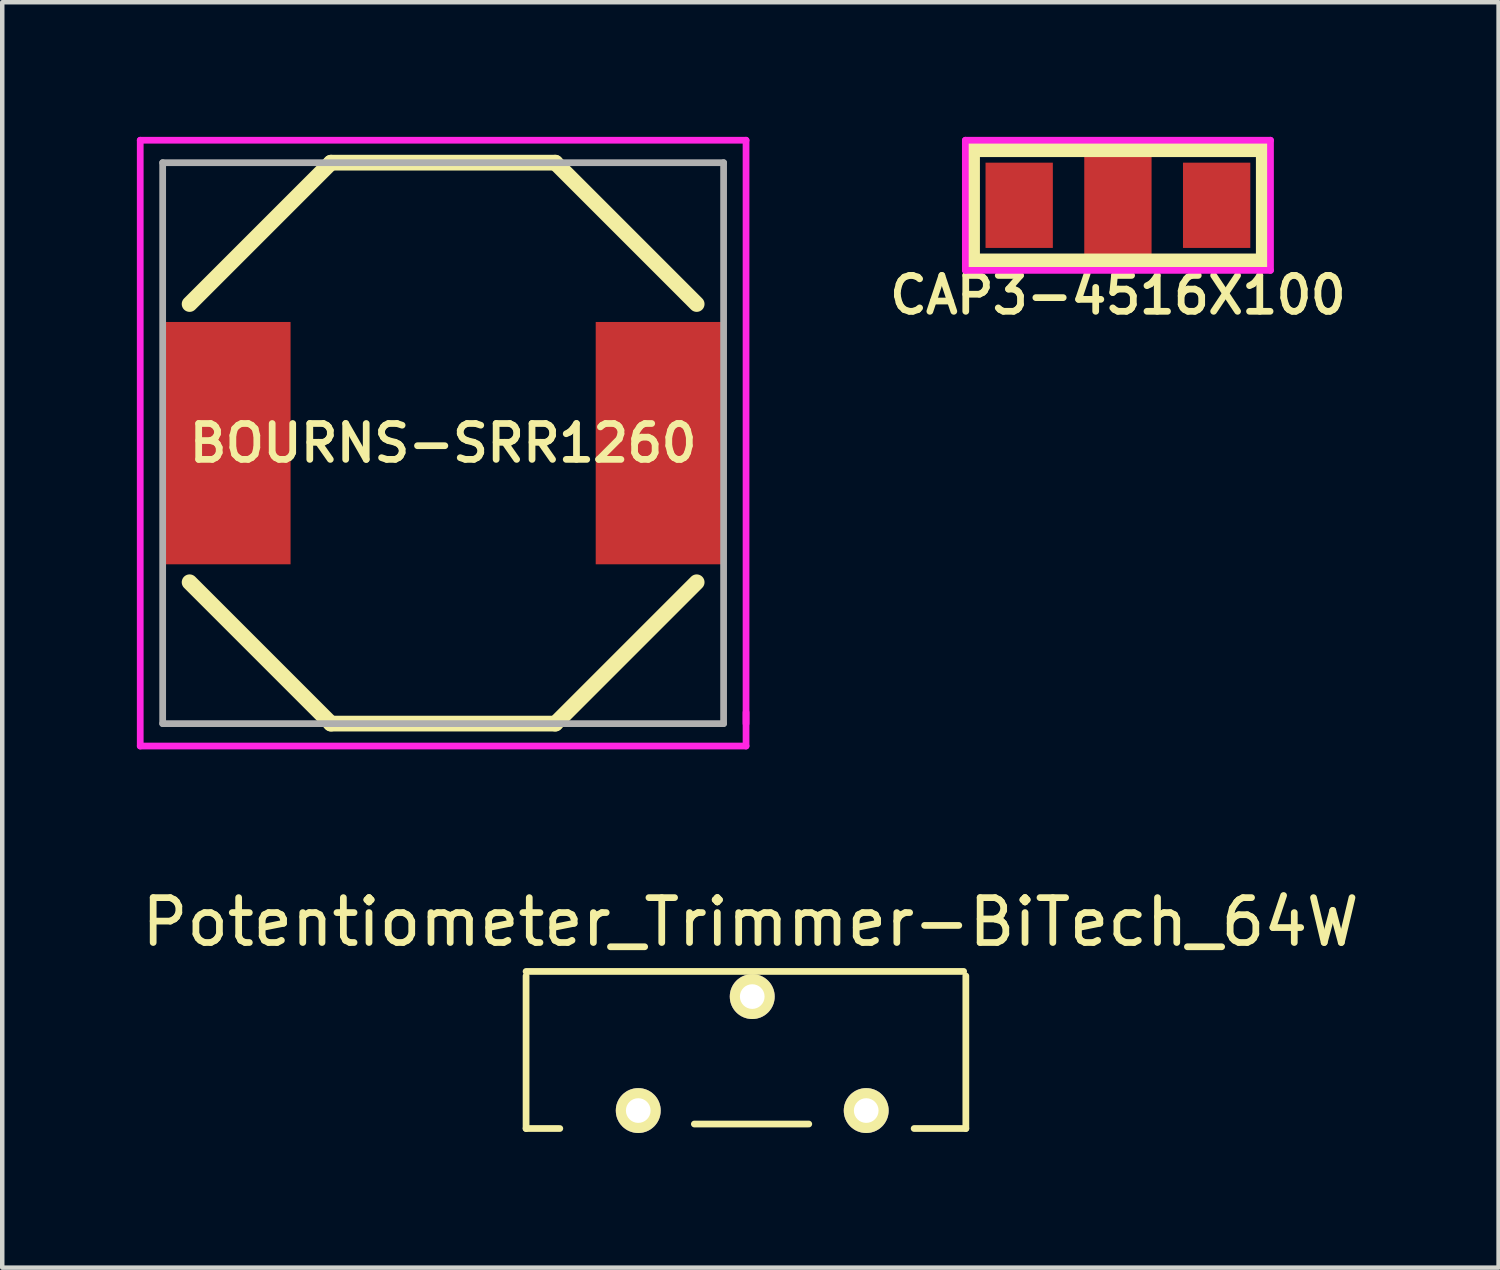
<source format=kicad_pcb>
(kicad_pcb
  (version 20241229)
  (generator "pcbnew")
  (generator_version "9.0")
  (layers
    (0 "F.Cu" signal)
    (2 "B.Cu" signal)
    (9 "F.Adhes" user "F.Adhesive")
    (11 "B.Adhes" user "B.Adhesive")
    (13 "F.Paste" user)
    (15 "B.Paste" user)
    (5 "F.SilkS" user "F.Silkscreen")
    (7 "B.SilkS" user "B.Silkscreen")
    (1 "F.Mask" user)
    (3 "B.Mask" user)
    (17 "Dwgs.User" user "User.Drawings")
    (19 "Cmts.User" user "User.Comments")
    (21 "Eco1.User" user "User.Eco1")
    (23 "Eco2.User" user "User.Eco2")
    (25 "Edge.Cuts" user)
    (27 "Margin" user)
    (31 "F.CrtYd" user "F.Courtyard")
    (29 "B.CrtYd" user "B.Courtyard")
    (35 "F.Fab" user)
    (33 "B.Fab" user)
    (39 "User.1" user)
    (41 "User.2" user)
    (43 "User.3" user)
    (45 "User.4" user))
  (footprint "BOURNS-SRR1260"
    (layer "F.Cu")
    (at 6.825 6.825)
    (property "Reference" "BOURNS-SRR1260" (at 0 0 0) (layer "F.SilkS") (effects (font (size 0.8 0.8) (thickness 0.15))))
    (attr smd)
    (fp_line (start -5.65 -3.1) (end -2.5 -6.25) (stroke (width 0.35) (type solid)) (layer "F.SilkS"))
    (fp_line (start -2.5 -6.25) (end 2.5 -6.25) (stroke (width 0.35) (type solid)) (layer "F.SilkS"))
    (fp_line (start -2.5 6.25) (end -5.65 3.1) (stroke (width 0.35) (type solid)) (layer "F.SilkS"))
    (fp_line (start 2.5 -6.25) (end 5.65 -3.1) (stroke (width 0.35) (type solid)) (layer "F.SilkS"))
    (fp_line (start 2.5 6.25) (end -2.5 6.25) (stroke (width 0.35) (type solid)) (layer "F.SilkS"))
    (fp_line (start 5.65 3.1) (end 2.5 6.25) (stroke (width 0.35) (type solid)) (layer "F.SilkS"))
    (fp_line (start -6.75 -6.75) (end 6.75 -6.75) (stroke (width 0.15) (type solid)) (layer "F.CrtYd"))
    (fp_line (start -6.75 6.75) (end -6.75 -6.75) (stroke (width 0.15) (type solid)) (layer "F.CrtYd"))
    (fp_line (start 6.75 -6.75) (end 6.75 6.75) (stroke (width 0.15) (type solid)) (layer "F.CrtYd"))
    (fp_line (start 6.75 6) (end 6.75 6.25) (stroke (width 0.15) (type solid)) (layer "F.CrtYd"))
    (fp_line (start 6.75 6.75) (end -6.75 6.75) (stroke (width 0.15) (type solid)) (layer "F.CrtYd"))
    (fp_line (start -6.25 -6.25) (end -6.25 6.25) (stroke (width 0.15) (type solid)) (layer "F.Fab"))
    (fp_line (start -6.25 6.25) (end 6.25 6.25) (stroke (width 0.15) (type solid)) (layer "F.Fab"))
    (fp_line (start 6.25 -6.25) (end -6.25 -6.25) (stroke (width 0.15) (type solid)) (layer "F.Fab"))
    (fp_line (start 6.25 6.25) (end 6.25 -6.25) (stroke (width 0.15) (type solid)) (layer "F.Fab"))
    (pad "1" smd rect (at -4.85 0) (size 2.9 5.4) (layers "F.Cu" "F.Mask" "F.Paste"))
    (pad "2" smd rect (at 4.85 0) (size 2.9 5.4) (layers "F.Cu" "F.Mask" "F.Paste")))
  (footprint "Potentiometer_Trimmer-BiTech_64W"
    (layer "F.Cu")
    (at 11.173 21.698)
    (property "Reference" "Potentiometer_Trimmer-BiTech_64W" (at 2.5 -4.2 0) (layer "F.SilkS") (effects (font (size 1 1) (thickness 0.15))))
    (attr through_hole)
    (fp_line (start -2.5 -3) (end -2.5 0.4) (stroke (width 0.15) (type solid)) (layer "F.SilkS"))
    (fp_line (start -2.5 0.4) (end -1.748 0.4) (stroke (width 0.15) (type solid)) (layer "F.SilkS"))
    (fp_line (start 1.25 0.3) (end 3.8 0.3) (stroke (width 0.15) (type solid)) (layer "F.SilkS"))
    (fp_line (start 6.148 0.4) (end 7.3 0.4) (stroke (width 0.15) (type solid)) (layer "F.SilkS"))
    (fp_line (start 7.251 -3.101) (end -2.5 -3.1) (stroke (width 0.15) (type solid)) (layer "F.SilkS"))
    (fp_line (start 7.3 0.4) (end 7.3 -3) (stroke (width 0.15) (type solid)) (layer "F.SilkS"))
    (pad "1" thru_hole circle (at 0 0) (size 1 1) (drill 0.55) (layers "*.Cu" "*.Mask" "F.SilkS"))
    (pad "2" thru_hole circle (at 2.54 -2.54) (size 1 1) (drill 0.55) (layers "*.Cu" "*.Mask" "F.SilkS"))
    (pad "3" thru_hole circle (at 5.08 0) (size 1 1) (drill 0.55) (layers "*.Cu" "*.Mask" "F.SilkS")))
  (footprint "CAP3-4516X100"
    (layer "F.Cu")
    (at 21.862 1.525)
    (property "Reference" "CAP3-4516X100" (at 0 2 0) (layer "F.SilkS") (effects (font (size 0.8 0.8) (thickness 0.15))))
    (attr smd)
    (fp_line (start -3.25 -1.25) (end -3.25 1.25) (stroke (width 0.35) (type solid)) (layer "F.SilkS"))
    (fp_line (start -3.25 -1.25) (end 3.25 -1.25) (stroke (width 0.35) (type solid)) (layer "F.SilkS"))
    (fp_line (start -3.25 1.25) (end 3.25 1.25) (stroke (width 0.35) (type solid)) (layer "F.SilkS"))
    (fp_line (start 3.25 -1.25) (end 3.25 1.25) (stroke (width 0.35) (type solid)) (layer "F.SilkS"))
    (fp_line (start -3.4 -1.45) (end 3.4 -1.45) (stroke (width 0.15) (type solid)) (layer "F.CrtYd"))
    (fp_line (start -3.4 1.45) (end -3.4 -1.45) (stroke (width 0.15) (type solid)) (layer "F.CrtYd"))
    (fp_line (start 3.4 -1.45) (end 3.4 1.45) (stroke (width 0.15) (type solid)) (layer "F.CrtYd"))
    (fp_line (start 3.4 1.45) (end -3.4 1.45) (stroke (width 0.15) (type solid)) (layer "F.CrtYd"))
    (pad "1" smd rect (at -2.2 0) (size 1.5 1.9) (layers "F.Cu" "F.Mask" "F.Paste"))
    (pad "2" smd rect (at 0 0) (size 1.5 2.2) (layers "F.Cu" "F.Mask" "F.Paste"))
    (pad "3" smd rect (at 2.2 0) (size 1.5 1.9) (layers "F.Cu" "F.Mask" "F.Paste")))
  (gr_rect
    (start -3 -3)
    (end 30.345 25.198)
    (stroke (width 0.1) (type default))
    (fill no)
    (layer "Edge.Cuts")))
</source>
